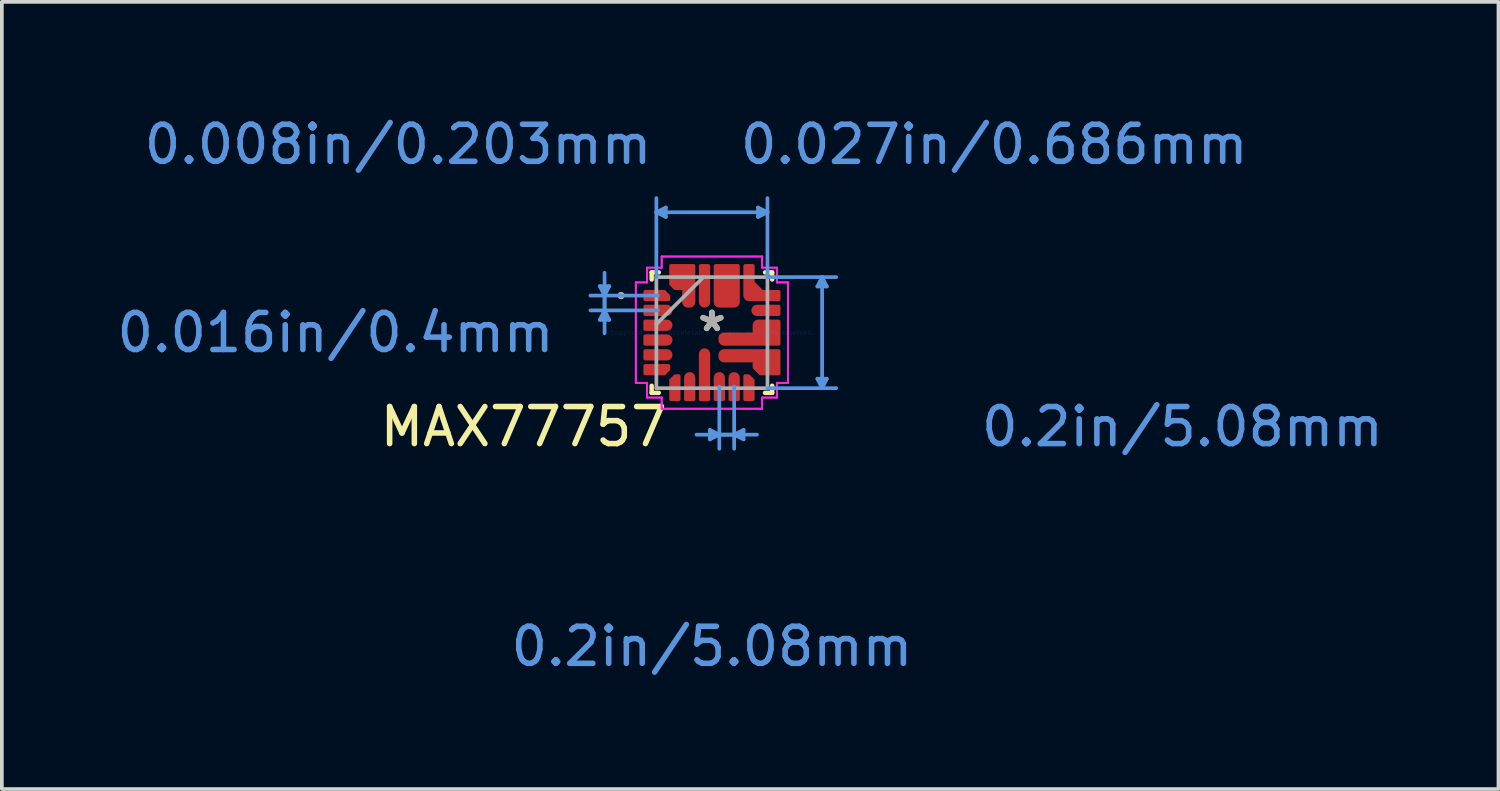
<source format=kicad_pcb>
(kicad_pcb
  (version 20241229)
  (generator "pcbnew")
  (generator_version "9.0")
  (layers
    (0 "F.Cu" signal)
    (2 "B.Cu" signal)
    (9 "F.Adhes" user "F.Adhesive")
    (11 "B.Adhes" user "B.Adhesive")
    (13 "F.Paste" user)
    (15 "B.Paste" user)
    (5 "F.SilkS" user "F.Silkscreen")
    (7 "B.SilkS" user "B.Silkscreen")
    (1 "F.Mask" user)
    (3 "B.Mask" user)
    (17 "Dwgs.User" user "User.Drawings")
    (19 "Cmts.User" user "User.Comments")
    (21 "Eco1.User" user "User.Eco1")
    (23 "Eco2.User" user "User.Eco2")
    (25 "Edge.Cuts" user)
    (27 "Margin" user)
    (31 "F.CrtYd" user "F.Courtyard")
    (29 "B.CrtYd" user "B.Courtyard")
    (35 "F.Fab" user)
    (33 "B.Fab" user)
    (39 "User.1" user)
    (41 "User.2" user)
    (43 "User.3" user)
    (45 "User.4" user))
  (footprint "MAX77757"
    (layer "F.Cu")
    (at 16.166 5.928)
    (property "Reference" "MAX77757" (at -5.08 2.54 0) (layer "F.SilkS") (effects (font (size 1 1) (thickness 0.15))))
    (attr through_hole)
    (fp_poly (pts (xy -1.175 -0.898) (xy -1.175 -0.986) (xy -1.287 -1.102) (xy -1.8 -1.102) (xy -1.8 -0.898)) (stroke (width 0.1) (type solid)) (fill yes) (layer "F.Cu"))
    (fp_poly (pts (xy -1.175 0.898) (xy -1.175 0.986) (xy -1.287 1.102) (xy -1.8 1.102) (xy -1.8 0.898)) (stroke (width 0.1) (type solid)) (fill yes) (layer "F.Cu"))
    (fp_poly (pts (xy -0.898 1.175) (xy -0.986 1.175) (xy -1.102 1.287) (xy -1.102 1.8) (xy -0.898 1.8)) (stroke (width 0.1) (type solid)) (fill yes) (layer "F.Cu"))
    (fp_poly (pts (xy 0.898 1.175) (xy 0.986 1.175) (xy 1.102 1.287) (xy 1.102 1.8) (xy 0.898 1.8)) (stroke (width 0.1) (type solid)) (fill yes) (layer "F.Cu"))
    (fp_poly (pts (xy -1.8 -0.702) (xy -1.8 -0.498) (xy -1.216 -0.498) (xy -1.177 -0.506) (xy -1.144 -0.528) (xy -1.122 -0.561) (xy -1.115 -0.6) (xy -1.122 -0.639) (xy -1.144 -0.672) (xy -1.177 -0.694) (xy -1.216 -0.702)) (stroke (width 0.1) (type solid)) (fill yes) (layer "F.Cu"))
    (fp_poly (pts (xy -1.8 -0.302) (xy -1.8 -0.098) (xy -1.216 -0.098) (xy -1.177 -0.106) (xy -1.144 -0.128) (xy -1.122 -0.161) (xy -1.115 -0.2) (xy -1.122 -0.239) (xy -1.144 -0.272) (xy -1.177 -0.294) (xy -1.216 -0.302)) (stroke (width 0.1) (type solid)) (fill yes) (layer "F.Cu"))
    (fp_poly (pts (xy -1.8 0.098) (xy -1.8 0.302) (xy -1.216 0.302) (xy -1.177 0.294) (xy -1.144 0.272) (xy -1.122 0.239) (xy -1.115 0.2) (xy -1.122 0.161) (xy -1.144 0.128) (xy -1.177 0.106) (xy -1.216 0.098)) (stroke (width 0.1) (type solid)) (fill yes) (layer "F.Cu"))
    (fp_poly (pts (xy -1.8 0.498) (xy -1.8 0.702) (xy -1.216 0.702) (xy -1.177 0.694) (xy -1.144 0.672) (xy -1.122 0.639) (xy -1.115 0.6) (xy -1.122 0.561) (xy -1.144 0.528) (xy -1.177 0.506) (xy -1.216 0.498)) (stroke (width 0.1) (type solid)) (fill yes) (layer "F.Cu"))
    (fp_poly (pts (xy -0.702 1.8) (xy -0.498 1.8) (xy -0.498 1.216) (xy -0.506 1.177) (xy -0.528 1.144) (xy -0.561 1.122) (xy -0.6 1.115) (xy -0.639 1.122) (xy -0.672 1.144) (xy -0.694 1.177) (xy -0.702 1.216)) (stroke (width 0.1) (type solid)) (fill yes) (layer "F.Cu"))
    (fp_poly (pts (xy -0.302 1.8) (xy -0.098 1.8) (xy -0.098 0.576) (xy -0.106 0.537) (xy -0.128 0.504) (xy -0.161 0.482) (xy -0.2 0.474) (xy -0.239 0.482) (xy -0.272 0.504) (xy -0.294 0.537) (xy -0.302 0.576)) (stroke (width 0.1) (type solid)) (fill yes) (layer "F.Cu"))
    (fp_poly (pts (xy -0.098 -1.8) (xy -0.302 -1.8) (xy -0.302 -0.827) (xy -0.294 -0.788) (xy -0.272 -0.755) (xy -0.239 -0.733) (xy -0.2 -0.726) (xy -0.161 -0.733) (xy -0.128 -0.755) (xy -0.106 -0.788) (xy -0.098 -0.827)) (stroke (width 0.1) (type solid)) (fill yes) (layer "F.Cu"))
    (fp_poly (pts (xy 0.098 1.8) (xy 0.302 1.8) (xy 0.302 1.216) (xy 0.294 1.177) (xy 0.272 1.144) (xy 0.239 1.122) (xy 0.2 1.115) (xy 0.161 1.122) (xy 0.128 1.144) (xy 0.106 1.177) (xy 0.098 1.216)) (stroke (width 0.1) (type solid)) (fill yes) (layer "F.Cu"))
    (fp_poly (pts (xy 0.498 1.8) (xy 0.702 1.8) (xy 0.702 1.216) (xy 0.694 1.177) (xy 0.672 1.144) (xy 0.639 1.122) (xy 0.6 1.115) (xy 0.561 1.122) (xy 0.528 1.144) (xy 0.506 1.177) (xy 0.498 1.216)) (stroke (width 0.1) (type solid)) (fill yes) (layer "F.Cu"))
    (fp_poly (pts (xy 1.8 -0.498) (xy 1.8 -0.702) (xy 1.216 -0.702) (xy 1.177 -0.694) (xy 1.144 -0.672) (xy 1.122 -0.639) (xy 1.115 -0.6) (xy 1.122 -0.561) (xy 1.144 -0.528) (xy 1.177 -0.506) (xy 1.216 -0.498)) (stroke (width 0.1) (type solid)) (fill yes) (layer "F.Cu"))
    (fp_poly (pts (xy 0.098 -1.8) (xy 0.702 -1.8) (xy 0.702 -0.827) (xy 0.694 -0.788) (xy 0.672 -0.755) (xy 0.639 -0.733) (xy 0.6 -0.726) (xy 0.2 -0.726) (xy 0.161 -0.733) (xy 0.128 -0.755) (xy 0.106 -0.788) (xy 0.098 -0.827)) (stroke (width 0.1) (type solid)) (fill yes) (layer "F.Cu"))
    (fp_poly (pts (xy 0.898 -1.8) (xy 1.102 -1.8) (xy 1.102 -1.35) (xy 1.35 -1.102) (xy 1.8 -1.102) (xy 1.8 -0.898) (xy 1.114 -0.898) (xy 1.001 -0.898) (xy 0.962 -0.906) (xy 0.929 -0.928) (xy 0.907 -0.961) (xy 0.899 -1) (xy 0.898 -1.114)) (stroke (width 0.1) (type solid)) (fill yes) (layer "F.Cu"))
    (fp_poly (pts (xy -1.102 -1.8) (xy -0.498 -1.8) (xy -0.498 -0.827) (xy -0.506 -0.788) (xy -0.528 -0.755) (xy -0.561 -0.733) (xy -0.6 -0.726) (xy -0.651 -0.726) (xy -0.69 -0.733) (xy -0.723 -0.755) (xy -0.745 -0.788) (xy -0.753 -0.827) (xy -0.752 -1.2) (xy -0.99 -1.2) (xy -1.102 -1.312)) (stroke (width 0.1) (type solid)) (fill yes) (layer "F.Cu"))
    (fp_poly (pts (xy 1.8 1.102) (xy 1.8 0.498) (xy 0.327 0.498) (xy 0.288 0.506) (xy 0.255 0.528) (xy 0.233 0.561) (xy 0.226 0.6) (xy 0.226 0.651) (xy 0.233 0.69) (xy 0.255 0.723) (xy 0.288 0.745) (xy 0.327 0.753) (xy 1.15 0.752) (xy 1.15 0.94) (xy 1.312 1.102)) (stroke (width 0.1) (type solid)) (fill yes) (layer "F.Cu"))
    (fp_poly (pts (xy 1.8 -0.302) (xy 1.8 0.302) (xy 0.327 0.302) (xy 0.288 0.294) (xy 0.255 0.272) (xy 0.233 0.239) (xy 0.226 0.2) (xy 0.226 0.149) (xy 0.233 0.11) (xy 0.255 0.077) (xy 0.288 0.055) (xy 0.327 0.047) (xy 1.15 0.048) (xy 1.149 -0.2) (xy 1.157 -0.239) (xy 1.179 -0.272) (xy 1.212 -0.294) (xy 1.251 -0.302)) (stroke (width 0.1) (type solid)) (fill yes) (layer "F.Cu"))
    (fp_poly (pts (xy -1.175 -0.898) (xy -1.175 -0.986) (xy -1.287 -1.102) (xy -1.8 -1.102) (xy -1.8 -0.898)) (stroke (width 0.1) (type solid)) (fill yes) (layer "F.Mask"))
    (fp_poly (pts (xy -1.175 0.898) (xy -1.175 0.986) (xy -1.287 1.102) (xy -1.8 1.102) (xy -1.8 0.898)) (stroke (width 0.1) (type solid)) (fill yes) (layer "F.Mask"))
    (fp_poly (pts (xy -0.898 1.175) (xy -0.986 1.175) (xy -1.102 1.287) (xy -1.102 1.8) (xy -0.898 1.8)) (stroke (width 0.1) (type solid)) (fill yes) (layer "F.Mask"))
    (fp_poly (pts (xy 0.898 1.175) (xy 0.986 1.175) (xy 1.102 1.287) (xy 1.102 1.8) (xy 0.898 1.8)) (stroke (width 0.1) (type solid)) (fill yes) (layer "F.Mask"))
    (fp_poly (pts (xy -1.8 -0.702) (xy -1.8 -0.498) (xy -1.216 -0.498) (xy -1.177 -0.506) (xy -1.144 -0.528) (xy -1.122 -0.561) (xy -1.115 -0.6) (xy -1.122 -0.639) (xy -1.144 -0.672) (xy -1.177 -0.694) (xy -1.216 -0.702)) (stroke (width 0.1) (type solid)) (fill yes) (layer "F.Mask"))
    (fp_poly (pts (xy -1.8 -0.302) (xy -1.8 -0.098) (xy -1.216 -0.098) (xy -1.177 -0.106) (xy -1.144 -0.128) (xy -1.122 -0.161) (xy -1.115 -0.2) (xy -1.122 -0.239) (xy -1.144 -0.272) (xy -1.177 -0.294) (xy -1.216 -0.302)) (stroke (width 0.1) (type solid)) (fill yes) (layer "F.Mask"))
    (fp_poly (pts (xy -1.8 0.098) (xy -1.8 0.302) (xy -1.216 0.302) (xy -1.177 0.294) (xy -1.144 0.272) (xy -1.122 0.239) (xy -1.115 0.2) (xy -1.122 0.161) (xy -1.144 0.128) (xy -1.177 0.106) (xy -1.216 0.098)) (stroke (width 0.1) (type solid)) (fill yes) (layer "F.Mask"))
    (fp_poly (pts (xy -1.8 0.498) (xy -1.8 0.702) (xy -1.216 0.702) (xy -1.177 0.694) (xy -1.144 0.672) (xy -1.122 0.639) (xy -1.115 0.6) (xy -1.122 0.561) (xy -1.144 0.528) (xy -1.177 0.506) (xy -1.216 0.498)) (stroke (width 0.1) (type solid)) (fill yes) (layer "F.Mask"))
    (fp_poly (pts (xy -0.702 1.8) (xy -0.498 1.8) (xy -0.498 1.216) (xy -0.506 1.177) (xy -0.528 1.144) (xy -0.561 1.122) (xy -0.6 1.115) (xy -0.639 1.122) (xy -0.672 1.144) (xy -0.694 1.177) (xy -0.702 1.216)) (stroke (width 0.1) (type solid)) (fill yes) (layer "F.Mask"))
    (fp_poly (pts (xy -0.302 1.8) (xy -0.098 1.8) (xy -0.098 0.576) (xy -0.106 0.537) (xy -0.128 0.504) (xy -0.161 0.482) (xy -0.2 0.474) (xy -0.239 0.482) (xy -0.272 0.504) (xy -0.294 0.537) (xy -0.302 0.576)) (stroke (width 0.1) (type solid)) (fill yes) (layer "F.Mask"))
    (fp_poly (pts (xy -0.098 -1.8) (xy -0.302 -1.8) (xy -0.302 -0.827) (xy -0.294 -0.788) (xy -0.272 -0.755) (xy -0.239 -0.733) (xy -0.2 -0.726) (xy -0.161 -0.733) (xy -0.128 -0.755) (xy -0.106 -0.788) (xy -0.098 -0.827)) (stroke (width 0.1) (type solid)) (fill yes) (layer "F.Mask"))
    (fp_poly (pts (xy 0.098 1.8) (xy 0.302 1.8) (xy 0.302 1.216) (xy 0.294 1.177) (xy 0.272 1.144) (xy 0.239 1.122) (xy 0.2 1.115) (xy 0.161 1.122) (xy 0.128 1.144) (xy 0.106 1.177) (xy 0.098 1.216)) (stroke (width 0.1) (type solid)) (fill yes) (layer "F.Mask"))
    (fp_poly (pts (xy 0.498 1.8) (xy 0.702 1.8) (xy 0.702 1.216) (xy 0.694 1.177) (xy 0.672 1.144) (xy 0.639 1.122) (xy 0.6 1.115) (xy 0.561 1.122) (xy 0.528 1.144) (xy 0.506 1.177) (xy 0.498 1.216)) (stroke (width 0.1) (type solid)) (fill yes) (layer "F.Mask"))
    (fp_poly (pts (xy 1.8 -0.498) (xy 1.8 -0.702) (xy 1.216 -0.702) (xy 1.177 -0.694) (xy 1.144 -0.672) (xy 1.122 -0.639) (xy 1.115 -0.6) (xy 1.122 -0.561) (xy 1.144 -0.528) (xy 1.177 -0.506) (xy 1.216 -0.498)) (stroke (width 0.1) (type solid)) (fill yes) (layer "F.Mask"))
    (fp_poly (pts (xy 0.098 -1.8) (xy 0.702 -1.8) (xy 0.702 -0.827) (xy 0.694 -0.788) (xy 0.672 -0.755) (xy 0.639 -0.733) (xy 0.6 -0.726) (xy 0.2 -0.726) (xy 0.161 -0.733) (xy 0.128 -0.755) (xy 0.106 -0.788) (xy 0.098 -0.827)) (stroke (width 0.1) (type solid)) (fill yes) (layer "F.Mask"))
    (fp_poly (pts (xy 0.898 -1.8) (xy 1.102 -1.8) (xy 1.102 -1.35) (xy 1.35 -1.102) (xy 1.8 -1.102) (xy 1.8 -0.898) (xy 1.114 -0.898) (xy 1.001 -0.898) (xy 0.962 -0.906) (xy 0.929 -0.928) (xy 0.907 -0.961) (xy 0.899 -1) (xy 0.898 -1.114)) (stroke (width 0.1) (type solid)) (fill yes) (layer "F.Mask"))
    (fp_poly (pts (xy -1.102 -1.8) (xy -0.498 -1.8) (xy -0.498 -0.827) (xy -0.506 -0.788) (xy -0.528 -0.755) (xy -0.561 -0.733) (xy -0.6 -0.726) (xy -0.651 -0.726) (xy -0.69 -0.733) (xy -0.723 -0.755) (xy -0.745 -0.788) (xy -0.753 -0.827) (xy -0.752 -1.2) (xy -0.99 -1.2) (xy -1.102 -1.312)) (stroke (width 0.1) (type solid)) (fill yes) (layer "F.Mask"))
    (fp_poly (pts (xy 1.8 1.102) (xy 1.8 0.498) (xy 0.327 0.498) (xy 0.288 0.506) (xy 0.255 0.528) (xy 0.233 0.561) (xy 0.226 0.6) (xy 0.226 0.651) (xy 0.233 0.69) (xy 0.255 0.723) (xy 0.288 0.745) (xy 0.327 0.753) (xy 1.15 0.752) (xy 1.15 0.94) (xy 1.312 1.102)) (stroke (width 0.1) (type solid)) (fill yes) (layer "F.Mask"))
    (fp_poly (pts (xy 1.8 -0.302) (xy 1.8 0.302) (xy 0.327 0.302) (xy 0.288 0.294) (xy 0.255 0.272) (xy 0.233 0.239) (xy 0.226 0.2) (xy 0.226 0.149) (xy 0.233 0.11) (xy 0.255 0.077) (xy 0.288 0.055) (xy 0.327 0.047) (xy 1.15 0.048) (xy 1.149 -0.2) (xy 1.157 -0.239) (xy 1.179 -0.272) (xy 1.212 -0.294) (xy 1.251 -0.302)) (stroke (width 0.1) (type solid)) (fill yes) (layer "F.Mask"))
    (fp_line (start -1.626 -1.626) (end -1.434 -1.626) (stroke (width 0.12) (type solid)) (layer "F.SilkS"))
    (fp_line (start -1.626 -1.434) (end -1.626 -1.626) (stroke (width 0.12) (type solid)) (layer "F.SilkS"))
    (fp_line (start -1.626 1.626) (end -1.626 1.434) (stroke (width 0.12) (type solid)) (layer "F.SilkS"))
    (fp_line (start -1.434 1.626) (end -1.626 1.626) (stroke (width 0.12) (type solid)) (layer "F.SilkS"))
    (fp_line (start 1.434 -1.626) (end 1.626 -1.626) (stroke (width 0.12) (type solid)) (layer "F.SilkS"))
    (fp_line (start 1.626 -1.626) (end 1.626 -1.434) (stroke (width 0.12) (type solid)) (layer "F.SilkS"))
    (fp_line (start 1.626 1.434) (end 1.626 1.626) (stroke (width 0.12) (type solid)) (layer "F.SilkS"))
    (fp_line (start 1.626 1.626) (end 1.434 1.626) (stroke (width 0.12) (type solid)) (layer "F.SilkS"))
    (fp_poly (pts (xy -1.175 -0.898) (xy -1.175 -0.986) (xy -1.287 -1.102) (xy -1.8 -1.102) (xy -1.8 -0.898)) (stroke (width 0.1) (type solid)) (fill yes) (layer "F.Paste"))
    (fp_poly (pts (xy -1.175 0.898) (xy -1.175 0.986) (xy -1.287 1.102) (xy -1.8 1.102) (xy -1.8 0.898)) (stroke (width 0.1) (type solid)) (fill yes) (layer "F.Paste"))
    (fp_poly (pts (xy -0.898 1.175) (xy -0.986 1.175) (xy -1.102 1.287) (xy -1.102 1.8) (xy -0.898 1.8)) (stroke (width 0.1) (type solid)) (fill yes) (layer "F.Paste"))
    (fp_poly (pts (xy 0.898 1.175) (xy 0.986 1.175) (xy 1.102 1.287) (xy 1.102 1.8) (xy 0.898 1.8)) (stroke (width 0.1) (type solid)) (fill yes) (layer "F.Paste"))
    (fp_poly (pts (xy -1.8 -0.702) (xy -1.8 -0.498) (xy -1.216 -0.498) (xy -1.177 -0.506) (xy -1.144 -0.528) (xy -1.122 -0.561) (xy -1.115 -0.6) (xy -1.122 -0.639) (xy -1.144 -0.672) (xy -1.177 -0.694) (xy -1.216 -0.702)) (stroke (width 0.1) (type solid)) (fill yes) (layer "F.Paste"))
    (fp_poly (pts (xy -1.8 -0.302) (xy -1.8 -0.098) (xy -1.216 -0.098) (xy -1.177 -0.106) (xy -1.144 -0.128) (xy -1.122 -0.161) (xy -1.115 -0.2) (xy -1.122 -0.239) (xy -1.144 -0.272) (xy -1.177 -0.294) (xy -1.216 -0.302)) (stroke (width 0.1) (type solid)) (fill yes) (layer "F.Paste"))
    (fp_poly (pts (xy -1.8 0.098) (xy -1.8 0.302) (xy -1.216 0.302) (xy -1.177 0.294) (xy -1.144 0.272) (xy -1.122 0.239) (xy -1.115 0.2) (xy -1.122 0.161) (xy -1.144 0.128) (xy -1.177 0.106) (xy -1.216 0.098)) (stroke (width 0.1) (type solid)) (fill yes) (layer "F.Paste"))
    (fp_poly (pts (xy -1.8 0.498) (xy -1.8 0.702) (xy -1.216 0.702) (xy -1.177 0.694) (xy -1.144 0.672) (xy -1.122 0.639) (xy -1.115 0.6) (xy -1.122 0.561) (xy -1.144 0.528) (xy -1.177 0.506) (xy -1.216 0.498)) (stroke (width 0.1) (type solid)) (fill yes) (layer "F.Paste"))
    (fp_poly (pts (xy -0.702 1.8) (xy -0.498 1.8) (xy -0.498 1.216) (xy -0.506 1.177) (xy -0.528 1.144) (xy -0.561 1.122) (xy -0.6 1.115) (xy -0.639 1.122) (xy -0.672 1.144) (xy -0.694 1.177) (xy -0.702 1.216)) (stroke (width 0.1) (type solid)) (fill yes) (layer "F.Paste"))
    (fp_poly (pts (xy -0.302 1.8) (xy -0.098 1.8) (xy -0.098 0.576) (xy -0.106 0.537) (xy -0.128 0.504) (xy -0.161 0.482) (xy -0.2 0.474) (xy -0.239 0.482) (xy -0.272 0.504) (xy -0.294 0.537) (xy -0.302 0.576)) (stroke (width 0.1) (type solid)) (fill yes) (layer "F.Paste"))
    (fp_poly (pts (xy -0.098 -1.8) (xy -0.302 -1.8) (xy -0.302 -0.827) (xy -0.294 -0.788) (xy -0.272 -0.755) (xy -0.239 -0.733) (xy -0.2 -0.726) (xy -0.161 -0.733) (xy -0.128 -0.755) (xy -0.106 -0.788) (xy -0.098 -0.827)) (stroke (width 0.1) (type solid)) (fill yes) (layer "F.Paste"))
    (fp_poly (pts (xy 0.098 1.8) (xy 0.302 1.8) (xy 0.302 1.216) (xy 0.294 1.177) (xy 0.272 1.144) (xy 0.239 1.122) (xy 0.2 1.115) (xy 0.161 1.122) (xy 0.128 1.144) (xy 0.106 1.177) (xy 0.098 1.216)) (stroke (width 0.1) (type solid)) (fill yes) (layer "F.Paste"))
    (fp_poly (pts (xy 0.498 1.8) (xy 0.702 1.8) (xy 0.702 1.216) (xy 0.694 1.177) (xy 0.672 1.144) (xy 0.639 1.122) (xy 0.6 1.115) (xy 0.561 1.122) (xy 0.528 1.144) (xy 0.506 1.177) (xy 0.498 1.216)) (stroke (width 0.1) (type solid)) (fill yes) (layer "F.Paste"))
    (fp_poly (pts (xy 1.8 -0.498) (xy 1.8 -0.702) (xy 1.216 -0.702) (xy 1.177 -0.694) (xy 1.144 -0.672) (xy 1.122 -0.639) (xy 1.115 -0.6) (xy 1.122 -0.561) (xy 1.144 -0.528) (xy 1.177 -0.506) (xy 1.216 -0.498)) (stroke (width 0.1) (type solid)) (fill yes) (layer "F.Paste"))
    (fp_poly (pts (xy 0.098 -1.8) (xy 0.702 -1.8) (xy 0.702 -0.827) (xy 0.694 -0.788) (xy 0.672 -0.755) (xy 0.639 -0.733) (xy 0.6 -0.726) (xy 0.2 -0.726) (xy 0.161 -0.733) (xy 0.128 -0.755) (xy 0.106 -0.788) (xy 0.098 -0.827)) (stroke (width 0.1) (type solid)) (fill yes) (layer "F.Paste"))
    (fp_poly (pts (xy 0.898 -1.8) (xy 1.102 -1.8) (xy 1.102 -1.35) (xy 1.35 -1.102) (xy 1.8 -1.102) (xy 1.8 -0.898) (xy 1.114 -0.898) (xy 1.001 -0.898) (xy 0.962 -0.906) (xy 0.929 -0.928) (xy 0.907 -0.961) (xy 0.899 -1) (xy 0.898 -1.114)) (stroke (width 0.1) (type solid)) (fill yes) (layer "F.Paste"))
    (fp_poly (pts (xy -1.102 -1.8) (xy -0.498 -1.8) (xy -0.498 -0.827) (xy -0.506 -0.788) (xy -0.528 -0.755) (xy -0.561 -0.733) (xy -0.6 -0.726) (xy -0.651 -0.726) (xy -0.69 -0.733) (xy -0.723 -0.755) (xy -0.745 -0.788) (xy -0.753 -0.827) (xy -0.752 -1.2) (xy -0.99 -1.2) (xy -1.102 -1.312)) (stroke (width 0.1) (type solid)) (fill yes) (layer "F.Paste"))
    (fp_poly (pts (xy 1.8 1.102) (xy 1.8 0.498) (xy 0.327 0.498) (xy 0.288 0.506) (xy 0.255 0.528) (xy 0.233 0.561) (xy 0.226 0.6) (xy 0.226 0.651) (xy 0.233 0.69) (xy 0.255 0.723) (xy 0.288 0.745) (xy 0.327 0.753) (xy 1.15 0.752) (xy 1.15 0.94) (xy 1.312 1.102)) (stroke (width 0.1) (type solid)) (fill yes) (layer "F.Paste"))
    (fp_poly (pts (xy 1.8 -0.302) (xy 1.8 0.302) (xy 0.327 0.302) (xy 0.288 0.294) (xy 0.255 0.272) (xy 0.233 0.239) (xy 0.226 0.2) (xy 0.226 0.149) (xy 0.233 0.11) (xy 0.255 0.077) (xy 0.288 0.055) (xy 0.327 0.047) (xy 1.15 0.048) (xy 1.149 -0.2) (xy 1.157 -0.239) (xy 1.179 -0.272) (xy 1.212 -0.294) (xy 1.251 -0.302)) (stroke (width 0.1) (type solid)) (fill yes) (layer "F.Paste"))
    (fp_line (start -3.025 -1.254) (end -2.898 -1) (stroke (width 0.1) (type solid)) (layer "Cmts.User"))
    (fp_line (start -3.025 -0.346) (end -2.898 -0.6) (stroke (width 0.1) (type solid)) (layer "Cmts.User"))
    (fp_line (start -3.025 -0.346) (end -2.771 -0.346) (stroke (width 0.1) (type solid)) (layer "Cmts.User"))
    (fp_line (start -2.898 -1.616) (end -2.898 -0.6) (stroke (width 0.1) (type solid)) (layer "Cmts.User"))
    (fp_line (start -2.898 0.016) (end -2.898 -1) (stroke (width 0.1) (type solid)) (layer "Cmts.User"))
    (fp_line (start -2.771 -1.254) (end -3.025 -1.254) (stroke (width 0.1) (type solid)) (layer "Cmts.User"))
    (fp_line (start -2.771 -1.254) (end -2.898 -1) (stroke (width 0.1) (type solid)) (layer "Cmts.User"))
    (fp_line (start -2.771 -0.346) (end -2.898 -0.6) (stroke (width 0.1) (type solid)) (layer "Cmts.User"))
    (fp_line (start -1.499 -3.249) (end 1.499 -3.249) (stroke (width 0.1) (type solid)) (layer "Cmts.User"))
    (fp_line (start -1.499 -1.499) (end -1.499 -3.63) (stroke (width 0.1) (type solid)) (layer "Cmts.User"))
    (fp_line (start -1.457 -1) (end -3.279 -1) (stroke (width 0.1) (type solid)) (layer "Cmts.User"))
    (fp_line (start -1.457 -0.6) (end -3.279 -0.6) (stroke (width 0.1) (type solid)) (layer "Cmts.User"))
    (fp_line (start -1.245 -3.376) (end -1.499 -3.249) (stroke (width 0.1) (type solid)) (layer "Cmts.User"))
    (fp_line (start -1.245 -3.122) (end -1.499 -3.249) (stroke (width 0.1) (type solid)) (layer "Cmts.User"))
    (fp_line (start -1.245 -3.122) (end -1.245 -3.376) (stroke (width 0.1) (type solid)) (layer "Cmts.User"))
    (fp_line (start -0.416 2.754) (end 0.6 2.754) (stroke (width 0.1) (type solid)) (layer "Cmts.User"))
    (fp_line (start -0.054 2.627) (end -0.054 2.881) (stroke (width 0.1) (type solid)) (layer "Cmts.User"))
    (fp_line (start -0.054 2.627) (end 0.2 2.754) (stroke (width 0.1) (type solid)) (layer "Cmts.User"))
    (fp_line (start -0.054 2.881) (end 0.2 2.754) (stroke (width 0.1) (type solid)) (layer "Cmts.User"))
    (fp_line (start 0.2 1.457) (end 0.2 3.135) (stroke (width 0.1) (type solid)) (layer "Cmts.User"))
    (fp_line (start 0.6 1.457) (end 0.6 3.135) (stroke (width 0.1) (type solid)) (layer "Cmts.User"))
    (fp_line (start 0.854 2.881) (end 0.6 2.754) (stroke (width 0.1) (type solid)) (layer "Cmts.User"))
    (fp_line (start 0.854 2.881) (end 0.854 2.627) (stroke (width 0.1) (type solid)) (layer "Cmts.User"))
    (fp_line (start 0.854 2.627) (end 0.6 2.754) (stroke (width 0.1) (type solid)) (layer "Cmts.User"))
    (fp_line (start 1.216 2.754) (end 0.2 2.754) (stroke (width 0.1) (type solid)) (layer "Cmts.User"))
    (fp_line (start 1.245 -3.376) (end 1.245 -3.122) (stroke (width 0.1) (type solid)) (layer "Cmts.User"))
    (fp_line (start 1.245 -3.376) (end 1.499 -3.249) (stroke (width 0.1) (type solid)) (layer "Cmts.User"))
    (fp_line (start 1.245 -3.122) (end 1.499 -3.249) (stroke (width 0.1) (type solid)) (layer "Cmts.User"))
    (fp_line (start 1.499 -1.499) (end 1.499 -3.63) (stroke (width 0.1) (type solid)) (layer "Cmts.User"))
    (fp_line (start 1.499 -1.499) (end 3.355 -1.499) (stroke (width 0.1) (type solid)) (layer "Cmts.User"))
    (fp_line (start 1.499 1.499) (end 3.355 1.499) (stroke (width 0.1) (type solid)) (layer "Cmts.User"))
    (fp_line (start 2.847 1.245) (end 2.974 1.499) (stroke (width 0.1) (type solid)) (layer "Cmts.User"))
    (fp_line (start 2.847 -1.245) (end 2.974 -1.499) (stroke (width 0.1) (type solid)) (layer "Cmts.User"))
    (fp_line (start 2.847 -1.245) (end 3.101 -1.245) (stroke (width 0.1) (type solid)) (layer "Cmts.User"))
    (fp_line (start 2.974 -1.499) (end 2.974 1.499) (stroke (width 0.1) (type solid)) (layer "Cmts.User"))
    (fp_line (start 3.101 1.245) (end 2.847 1.245) (stroke (width 0.1) (type solid)) (layer "Cmts.User"))
    (fp_line (start 3.101 1.245) (end 2.974 1.499) (stroke (width 0.1) (type solid)) (layer "Cmts.User"))
    (fp_line (start 3.101 -1.245) (end 2.974 -1.499) (stroke (width 0.1) (type solid)) (layer "Cmts.User"))
    (fp_line (start -2.054 -1.356) (end -2.054 1.356) (stroke (width 0.05) (type solid)) (layer "F.CrtYd"))
    (fp_line (start -2.054 -1.356) (end -2.054 1.356) (stroke (width 0.05) (type solid)) (layer "F.CrtYd"))
    (fp_line (start -2.054 1.356) (end -1.753 1.356) (stroke (width 0.05) (type solid)) (layer "F.CrtYd"))
    (fp_line (start -2.054 1.356) (end -1.753 1.356) (stroke (width 0.05) (type solid)) (layer "F.CrtYd"))
    (fp_line (start -1.753 -1.753) (end -1.753 -1.356) (stroke (width 0.05) (type solid)) (layer "F.CrtYd"))
    (fp_line (start -1.753 -1.753) (end -1.753 -1.356) (stroke (width 0.05) (type solid)) (layer "F.CrtYd"))
    (fp_line (start -1.753 -1.356) (end -2.054 -1.356) (stroke (width 0.05) (type solid)) (layer "F.CrtYd"))
    (fp_line (start -1.753 -1.356) (end -2.054 -1.356) (stroke (width 0.05) (type solid)) (layer "F.CrtYd"))
    (fp_line (start -1.753 1.356) (end -1.753 1.753) (stroke (width 0.05) (type solid)) (layer "F.CrtYd"))
    (fp_line (start -1.753 1.356) (end -1.753 1.753) (stroke (width 0.05) (type solid)) (layer "F.CrtYd"))
    (fp_line (start -1.753 1.753) (end -1.356 1.753) (stroke (width 0.05) (type solid)) (layer "F.CrtYd"))
    (fp_line (start -1.753 1.753) (end -1.356 1.753) (stroke (width 0.05) (type solid)) (layer "F.CrtYd"))
    (fp_line (start -1.356 -2.054) (end -1.356 -1.753) (stroke (width 0.05) (type solid)) (layer "F.CrtYd"))
    (fp_line (start -1.356 -2.054) (end -1.356 -1.753) (stroke (width 0.05) (type solid)) (layer "F.CrtYd"))
    (fp_line (start -1.356 -1.753) (end -1.753 -1.753) (stroke (width 0.05) (type solid)) (layer "F.CrtYd"))
    (fp_line (start -1.356 -1.753) (end -1.753 -1.753) (stroke (width 0.05) (type solid)) (layer "F.CrtYd"))
    (fp_line (start -1.356 1.753) (end -1.356 2.054) (stroke (width 0.05) (type solid)) (layer "F.CrtYd"))
    (fp_line (start -1.356 1.753) (end -1.356 2.054) (stroke (width 0.05) (type solid)) (layer "F.CrtYd"))
    (fp_line (start -1.356 2.054) (end 1.356 2.054) (stroke (width 0.05) (type solid)) (layer "F.CrtYd"))
    (fp_line (start -1.356 2.054) (end 1.356 2.054) (stroke (width 0.05) (type solid)) (layer "F.CrtYd"))
    (fp_line (start 1.356 -2.054) (end -1.356 -2.054) (stroke (width 0.05) (type solid)) (layer "F.CrtYd"))
    (fp_line (start 1.356 -2.054) (end -1.356 -2.054) (stroke (width 0.05) (type solid)) (layer "F.CrtYd"))
    (fp_line (start 1.356 -1.753) (end 1.356 -2.054) (stroke (width 0.05) (type solid)) (layer "F.CrtYd"))
    (fp_line (start 1.356 -1.753) (end 1.356 -2.054) (stroke (width 0.05) (type solid)) (layer "F.CrtYd"))
    (fp_line (start 1.356 1.753) (end 1.753 1.753) (stroke (width 0.05) (type solid)) (layer "F.CrtYd"))
    (fp_line (start 1.356 1.753) (end 1.753 1.753) (stroke (width 0.05) (type solid)) (layer "F.CrtYd"))
    (fp_line (start 1.356 2.054) (end 1.356 1.753) (stroke (width 0.05) (type solid)) (layer "F.CrtYd"))
    (fp_line (start 1.356 2.054) (end 1.356 1.753) (stroke (width 0.05) (type solid)) (layer "F.CrtYd"))
    (fp_line (start 1.753 -1.753) (end 1.356 -1.753) (stroke (width 0.05) (type solid)) (layer "F.CrtYd"))
    (fp_line (start 1.753 -1.753) (end 1.356 -1.753) (stroke (width 0.05) (type solid)) (layer "F.CrtYd"))
    (fp_line (start 1.753 -1.356) (end 1.753 -1.753) (stroke (width 0.05) (type solid)) (layer "F.CrtYd"))
    (fp_line (start 1.753 -1.356) (end 1.753 -1.753) (stroke (width 0.05) (type solid)) (layer "F.CrtYd"))
    (fp_line (start 1.753 1.356) (end 2.054 1.356) (stroke (width 0.05) (type solid)) (layer "F.CrtYd"))
    (fp_line (start 1.753 1.356) (end 2.054 1.356) (stroke (width 0.05) (type solid)) (layer "F.CrtYd"))
    (fp_line (start 1.753 1.753) (end 1.753 1.356) (stroke (width 0.05) (type solid)) (layer "F.CrtYd"))
    (fp_line (start 1.753 1.753) (end 1.753 1.356) (stroke (width 0.05) (type solid)) (layer "F.CrtYd"))
    (fp_line (start 2.054 -1.356) (end 1.753 -1.356) (stroke (width 0.05) (type solid)) (layer "F.CrtYd"))
    (fp_line (start 2.054 -1.356) (end 1.753 -1.356) (stroke (width 0.05) (type solid)) (layer "F.CrtYd"))
    (fp_line (start 2.054 1.356) (end 2.054 -1.356) (stroke (width 0.05) (type solid)) (layer "F.CrtYd"))
    (fp_line (start 2.054 1.356) (end 2.054 -1.356) (stroke (width 0.05) (type solid)) (layer "F.CrtYd"))
    (fp_line (start -1.499 -1.499) (end -1.499 1.499) (stroke (width 0.1) (type solid)) (layer "F.Fab"))
    (fp_line (start -1.499 -0.229) (end -0.229 -1.499) (stroke (width 0.1) (type solid)) (layer "F.Fab"))
    (fp_line (start -1.499 1.499) (end 1.499 1.499) (stroke (width 0.1) (type solid)) (layer "F.Fab"))
    (fp_line (start 1.499 -1.499) (end -1.499 -1.499) (stroke (width 0.1) (type solid)) (layer "F.Fab"))
    (fp_line (start 1.499 1.499) (end 1.499 -1.499) (stroke (width 0.1) (type solid)) (layer "F.Fab"))
    (fp_circle (center -2.451 -1) (end -2.451 -1) (stroke (width 0.1) (type solid)) (fill no) (layer "F.Fab"))
    (fp_text user "*" (at 0 0 0) (layer "F.SilkS") (effects (font (size 1 1) (thickness 0.15))))
    (fp_text user "Copyright 2021 Accelerated Designs. All rights reserved." (at 0 0 0) (layer "Cmts.User") (effects (font (size 0.127 0.127) (thickness 0.002))))
    (fp_text user "0.008in/0.203mm" (at -8.471 -5.08 0) (layer "Cmts.User") (effects (font (size 1 1) (thickness 0.15))))
    (fp_text user "0.016in/0.4mm" (at -10.16 0 0) (layer "Cmts.User") (effects (font (size 1 1) (thickness 0.15))))
    (fp_text user "0.2in/5.08mm" (at 12.7 2.54 0) (layer "Cmts.User") (effects (font (size 1 1) (thickness 0.15))))
    (fp_text user "0.2in/5.08mm" (at 0 8.471 0) (layer "Cmts.User") (effects (font (size 1 1) (thickness 0.15))))
    (fp_text user "0.027in/0.686mm" (at 7.62 -5.08 0) (layer "Cmts.User") (effects (font (size 1 1) (thickness 0.15))))
    (fp_text user "*" (at 0 0 0) (layer "F.Fab") (effects (font (size 1 1) (thickness 0.15))))
    (pad "1" smd rect (at -1.457 -1) (size 0.127 0.127) (layers "F.Cu" "F.Mask" "F.Paste"))
    (pad "2" smd rect (at -1.457 -0.6) (size 0.127 0.127) (layers "F.Cu" "F.Mask" "F.Paste"))
    (pad "3" smd rect (at -1.457 -0.2) (size 0.127 0.127) (layers "F.Cu" "F.Mask" "F.Paste"))
    (pad "4" smd rect (at -1.457 0.2) (size 0.127 0.127) (layers "F.Cu" "F.Mask" "F.Paste"))
    (pad "5" smd rect (at -1.457 0.6) (size 0.127 0.127) (layers "F.Cu" "F.Mask" "F.Paste"))
    (pad "6" smd rect (at -1.457 1) (size 0.127 0.127) (layers "F.Cu" "F.Mask" "F.Paste"))
    (pad "7" smd rect (at -1 1.457 90) (size 0.127 0.127) (layers "F.Cu" "F.Mask" "F.Paste"))
    (pad "8" smd rect (at -0.6 1.457 90) (size 0.127 0.127) (layers "F.Cu" "F.Mask" "F.Paste"))
    (pad "9" smd rect (at -0.2 1.457 90) (size 0.127 0.127) (layers "F.Cu" "F.Mask" "F.Paste"))
    (pad "10" smd rect (at 0.2 1.457 90) (size 0.127 0.127) (layers "F.Cu" "F.Mask" "F.Paste"))
    (pad "11" smd rect (at 0.6 1.457 90) (size 0.127 0.127) (layers "F.Cu" "F.Mask" "F.Paste"))
    (pad "12" smd rect (at 1 1.457 90) (size 0.127 0.127) (layers "F.Cu" "F.Mask" "F.Paste"))
    (pad "13" smd rect (at 1.457 1) (size 0.127 0.127) (layers "F.Cu" "F.Mask" "F.Paste"))
    (pad "14" smd rect (at 1.457 0.6) (size 0.127 0.127) (layers "F.Cu" "F.Mask" "F.Paste"))
    (pad "15" smd rect (at 1.457 0.2) (size 0.127 0.127) (layers "F.Cu" "F.Mask" "F.Paste"))
    (pad "16" smd rect (at 1.457 -0.2) (size 0.127 0.127) (layers "F.Cu" "F.Mask" "F.Paste"))
    (pad "17" smd rect (at 1.457 -0.6) (size 0.127 0.127) (layers "F.Cu" "F.Mask" "F.Paste"))
    (pad "18" smd rect (at 1.457 -1) (size 0.127 0.127) (layers "F.Cu" "F.Mask" "F.Paste"))
    (pad "19" smd rect (at 1 -1.457 90) (size 0.127 0.127) (layers "F.Cu" "F.Mask" "F.Paste"))
    (pad "20" smd rect (at 0.6 -1.457 90) (size 0.127 0.127) (layers "F.Cu" "F.Mask" "F.Paste"))
    (pad "21" smd rect (at 0.2 -1.457 90) (size 0.127 0.127) (layers "F.Cu" "F.Mask" "F.Paste"))
    (pad "22" smd rect (at -0.2 -1.457 90) (size 0.127 0.127) (layers "F.Cu" "F.Mask" "F.Paste"))
    (pad "23" smd rect (at -0.6 -1.457 90) (size 0.127 0.127) (layers "F.Cu" "F.Mask" "F.Paste"))
    (pad "24" smd rect (at -1 -1.457 90) (size 0.127 0.127) (layers "F.Cu" "F.Mask" "F.Paste")))
  (gr_rect
    (start -3 -3)
    (end 37.396 18.247)
    (stroke (width 0.1) (type default))
    (fill no)
    (layer "Edge.Cuts")))
</source>
